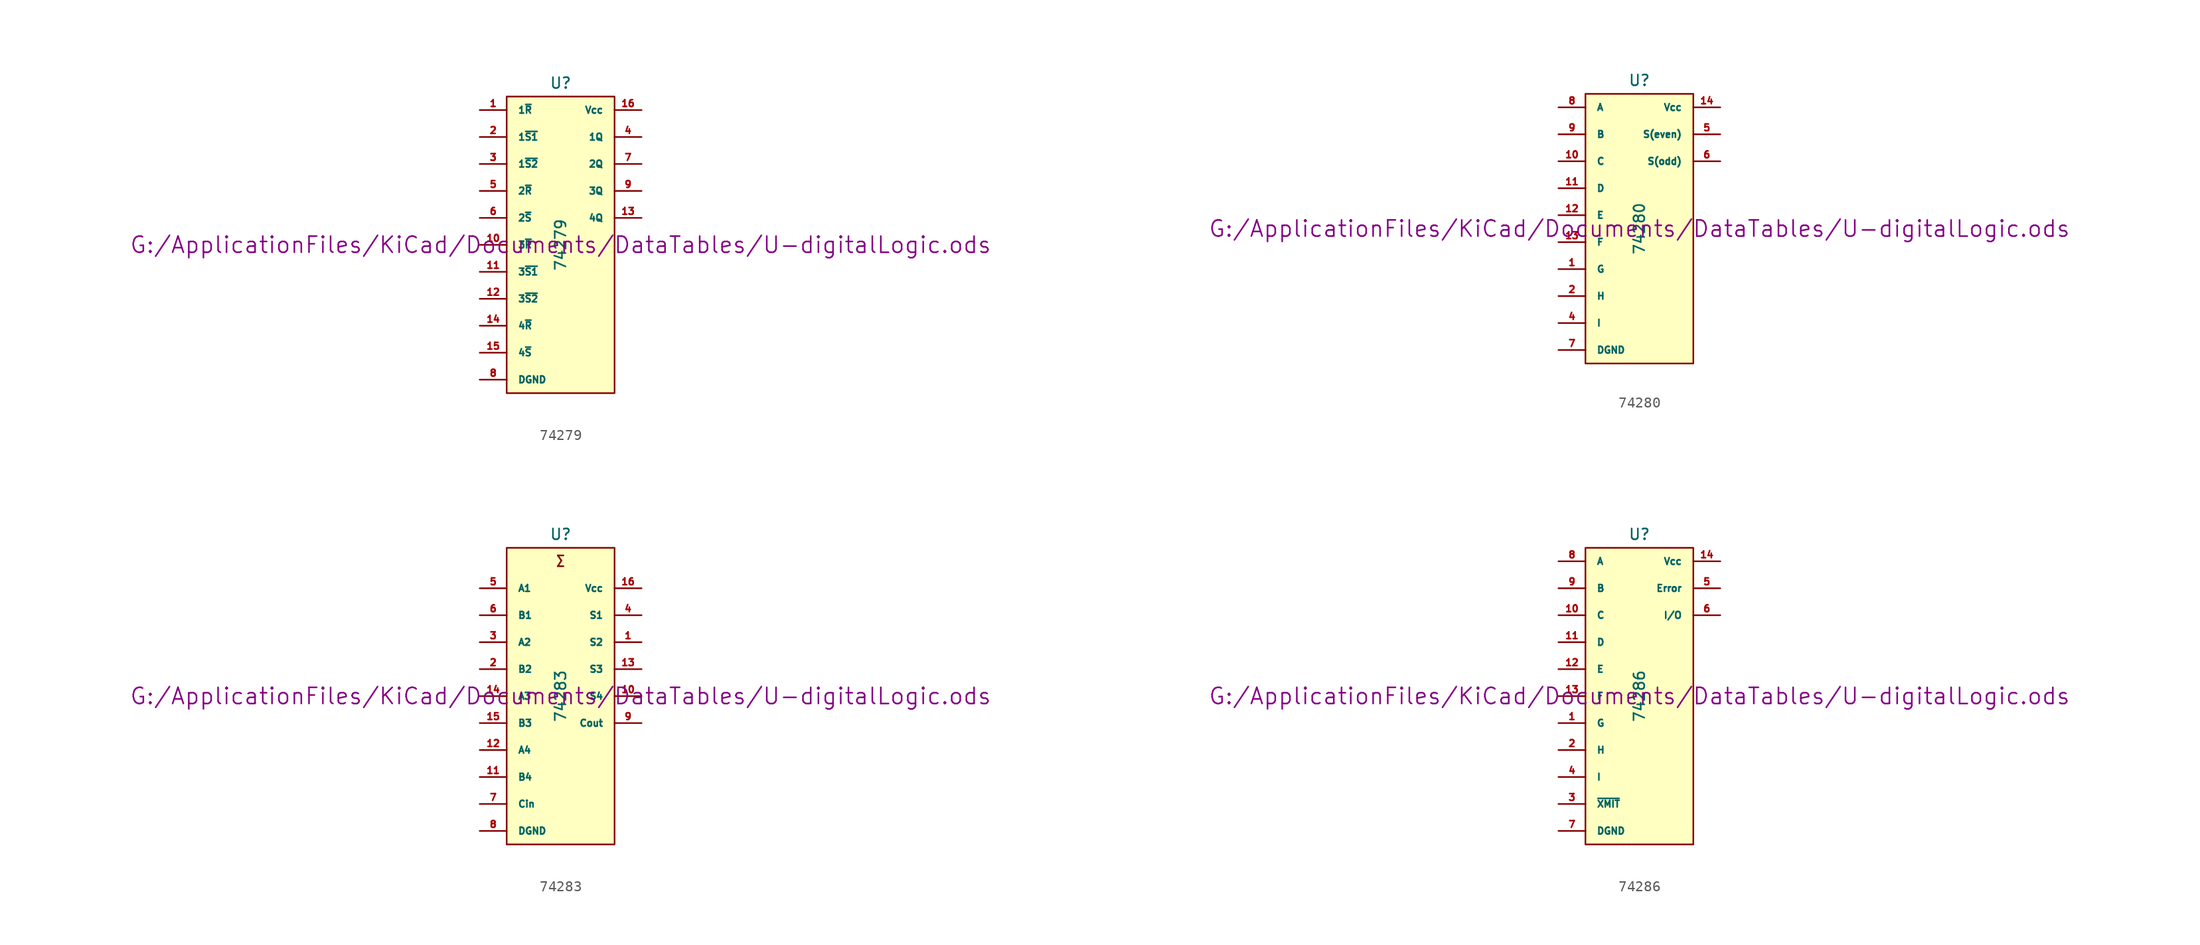
<source format=kicad_sym>
(kicad_symbol_lib
  (version 20211014)
  (generator kicad_symbol_editor)
  (symbol "74279"
    (pin_names
      (offset 1.016))
    (property "Reference" "U"
      (at 0 15.24 0)
      (effects (font (size 1.016 1.016))))
    (property "Value" "74279"
      (at 0 0 90)
      (effects (font (size 1.016 1.016))))
    (property "Footprint" ""
      (at 0 0 0)
      (effects (font (size 1.524 1.524))))
    (property "Datasheet" "G:/ApplicationFiles/KiCad/Documents/DataTables/U-digitalLogic.ods"
      (at 0 0 0)
      (effects (font (size 1.524 1.524))))
    (symbol "74279_0_1"
      (rectangle (start -5.08 13.97) (end 5.08 -13.97) (stroke (width 0) (type default) (color 0 0 0 0)) (fill (type background))))
    (symbol "74279_1_1"
      (pin input line (at -7.62 12.7 0) (length 2.54) (name "1~{R}" (effects (font (size 0.635 0.635)))) (number "1" (effects (font (size 0.635 0.635)))))
      (pin input line (at -7.62 0 0) (length 2.54) (name "3~{R}" (effects (font (size 0.635 0.635)))) (number "10" (effects (font (size 0.635 0.635)))))
      (pin input line (at -7.62 -2.54 0) (length 2.54) (name "3~{S1}" (effects (font (size 0.635 0.635)))) (number "11" (effects (font (size 0.635 0.635)))))
      (pin input line (at -7.62 -5.08 0) (length 2.54) (name "3~{S2}" (effects (font (size 0.635 0.635)))) (number "12" (effects (font (size 0.635 0.635)))))
      (pin output line (at 7.62 2.54 180) (length 2.54) (name "4Q" (effects (font (size 0.635 0.635)))) (number "13" (effects (font (size 0.635 0.635)))))
      (pin input line (at -7.62 -7.62 0) (length 2.54) (name "4~{R}" (effects (font (size 0.635 0.635)))) (number "14" (effects (font (size 0.635 0.635)))))
      (pin input line (at -7.62 -10.16 0) (length 2.54) (name "4~{S}" (effects (font (size 0.635 0.635)))) (number "15" (effects (font (size 0.635 0.635)))))
      (pin power_in line (at 7.62 12.7 180) (length 2.54) (name "Vcc" (effects (font (size 0.635 0.635)))) (number "16" (effects (font (size 0.635 0.635)))))
      (pin input line (at -7.62 10.16 0) (length 2.54) (name "1~{S1}" (effects (font (size 0.635 0.635)))) (number "2" (effects (font (size 0.635 0.635)))))
      (pin input line (at -7.62 7.62 0) (length 2.54) (name "1~{S2}" (effects (font (size 0.635 0.635)))) (number "3" (effects (font (size 0.635 0.635)))))
      (pin output line (at 7.62 10.16 180) (length 2.54) (name "1Q" (effects (font (size 0.635 0.635)))) (number "4" (effects (font (size 0.635 0.635)))))
      (pin input line (at -7.62 5.08 0) (length 2.54) (name "2~{R}" (effects (font (size 0.635 0.635)))) (number "5" (effects (font (size 0.635 0.635)))))
      (pin input line (at -7.62 2.54 0) (length 2.54) (name "2~{S}" (effects (font (size 0.635 0.635)))) (number "6" (effects (font (size 0.635 0.635)))))
      (pin output line (at 7.62 7.62 180) (length 2.54) (name "2Q" (effects (font (size 0.635 0.635)))) (number "7" (effects (font (size 0.635 0.635)))))
      (pin power_in line (at -7.62 -12.7 0) (length 2.54) (name "DGND" (effects (font (size 0.635 0.635)))) (number "8" (effects (font (size 0.635 0.635)))))
      (pin output line (at 7.62 5.08 180) (length 2.54) (name "3Q" (effects (font (size 0.635 0.635)))) (number "9" (effects (font (size 0.635 0.635)))))))
  (symbol "74280"
    (pin_names
      (offset 1.016))
    (property "Reference" "U"
      (at 0 13.97 0)
      (effects (font (size 1.016 1.016))))
    (property "Value" "74280"
      (at 0 0 90)
      (effects (font (size 1.016 1.016))))
    (property "Footprint" ""
      (at 0 0 0)
      (effects (font (size 1.524 1.524))))
    (property "Datasheet" "G:/ApplicationFiles/KiCad/Documents/DataTables/U-digitalLogic.ods"
      (at 0 0 0)
      (effects (font (size 1.524 1.524))))
    (symbol "74280_0_1"
      (rectangle (start -5.08 12.7) (end 5.08 -12.7) (stroke (width 0) (type default) (color 0 0 0 0)) (fill (type background))))
    (symbol "74280_1_1"
      (pin input line (at -7.62 -3.81 0) (length 2.54) (name "G" (effects (font (size 0.635 0.635)))) (number "1" (effects (font (size 0.635 0.635)))))
      (pin input line (at -7.62 6.35 0) (length 2.54) (name "C" (effects (font (size 0.635 0.635)))) (number "10" (effects (font (size 0.635 0.635)))))
      (pin input line (at -7.62 3.81 0) (length 2.54) (name "D" (effects (font (size 0.635 0.635)))) (number "11" (effects (font (size 0.635 0.635)))))
      (pin input line (at -7.62 1.27 0) (length 2.54) (name "E" (effects (font (size 0.635 0.635)))) (number "12" (effects (font (size 0.635 0.635)))))
      (pin input line (at -7.62 -1.27 0) (length 2.54) (name "F" (effects (font (size 0.635 0.635)))) (number "13" (effects (font (size 0.635 0.635)))))
      (pin power_in line (at 7.62 11.43 180) (length 2.54) (name "Vcc" (effects (font (size 0.635 0.635)))) (number "14" (effects (font (size 0.635 0.635)))))
      (pin input line (at -7.62 -6.35 0) (length 2.54) (name "H" (effects (font (size 0.635 0.635)))) (number "2" (effects (font (size 0.635 0.635)))))
      (pin input line (at -7.62 -8.89 0) (length 2.54) (name "I" (effects (font (size 0.635 0.635)))) (number "4" (effects (font (size 0.635 0.635)))))
      (pin output line (at 7.62 8.89 180) (length 2.54) (name "S(even)" (effects (font (size 0.635 0.635)))) (number "5" (effects (font (size 0.635 0.635)))))
      (pin output line (at 7.62 6.35 180) (length 2.54) (name "S(odd)" (effects (font (size 0.635 0.635)))) (number "6" (effects (font (size 0.635 0.635)))))
      (pin power_in line (at -7.62 -11.43 0) (length 2.54) (name "DGND" (effects (font (size 0.635 0.635)))) (number "7" (effects (font (size 0.635 0.635)))))
      (pin input line (at -7.62 11.43 0) (length 2.54) (name "A" (effects (font (size 0.635 0.635)))) (number "8" (effects (font (size 0.635 0.635)))))
      (pin input line (at -7.62 8.89 0) (length 2.54) (name "B" (effects (font (size 0.635 0.635)))) (number "9" (effects (font (size 0.635 0.635)))))))
  (symbol "74283"
    (pin_names
      (offset 1.016))
    (property "Reference" "U"
      (at 0 15.24 0)
      (effects (font (size 1.016 1.016))))
    (property "Value" "74283"
      (at 0 0 90)
      (effects (font (size 1.016 1.016))))
    (property "Footprint" ""
      (at 0 0 0)
      (effects (font (size 1.524 1.524))))
    (property "Datasheet" "G:/ApplicationFiles/KiCad/Documents/DataTables/U-digitalLogic.ods"
      (at 0 0 0)
      (effects (font (size 1.524 1.524))))
    (symbol "74283_0_0"
      (text "Σ" (at 0 12.7 0) (effects (font (size 1.016 1.016)))))
    (symbol "74283_0_1"
      (rectangle (start -5.08 13.97) (end 5.08 -13.97) (stroke (width 0) (type default) (color 0 0 0 0)) (fill (type background))))
    (symbol "74283_1_1"
      (pin output line (at 7.62 5.08 180) (length 2.54) (name "S2" (effects (font (size 0.635 0.635)))) (number "1" (effects (font (size 0.635 0.635)))))
      (pin output line (at 7.62 0 180) (length 2.54) (name "S4" (effects (font (size 0.635 0.635)))) (number "10" (effects (font (size 0.635 0.635)))))
      (pin input line (at -7.62 -7.62 0) (length 2.54) (name "B4" (effects (font (size 0.635 0.635)))) (number "11" (effects (font (size 0.635 0.635)))))
      (pin input line (at -7.62 -5.08 0) (length 2.54) (name "A4" (effects (font (size 0.635 0.635)))) (number "12" (effects (font (size 0.635 0.635)))))
      (pin output line (at 7.62 2.54 180) (length 2.54) (name "S3" (effects (font (size 0.635 0.635)))) (number "13" (effects (font (size 0.635 0.635)))))
      (pin input line (at -7.62 0 0) (length 2.54) (name "A3" (effects (font (size 0.635 0.635)))) (number "14" (effects (font (size 0.635 0.635)))))
      (pin input line (at -7.62 -2.54 0) (length 2.54) (name "B3" (effects (font (size 0.635 0.635)))) (number "15" (effects (font (size 0.635 0.635)))))
      (pin power_in line (at 7.62 10.16 180) (length 2.54) (name "Vcc" (effects (font (size 0.635 0.635)))) (number "16" (effects (font (size 0.635 0.635)))))
      (pin input line (at -7.62 2.54 0) (length 2.54) (name "B2" (effects (font (size 0.635 0.635)))) (number "2" (effects (font (size 0.635 0.635)))))
      (pin input line (at -7.62 5.08 0) (length 2.54) (name "A2" (effects (font (size 0.635 0.635)))) (number "3" (effects (font (size 0.635 0.635)))))
      (pin output line (at 7.62 7.62 180) (length 2.54) (name "S1" (effects (font (size 0.635 0.635)))) (number "4" (effects (font (size 0.635 0.635)))))
      (pin input line (at -7.62 10.16 0) (length 2.54) (name "A1" (effects (font (size 0.635 0.635)))) (number "5" (effects (font (size 0.635 0.635)))))
      (pin input line (at -7.62 7.62 0) (length 2.54) (name "B1" (effects (font (size 0.635 0.635)))) (number "6" (effects (font (size 0.635 0.635)))))
      (pin input line (at -7.62 -10.16 0) (length 2.54) (name "Cin" (effects (font (size 0.635 0.635)))) (number "7" (effects (font (size 0.635 0.635)))))
      (pin power_in line (at -7.62 -12.7 0) (length 2.54) (name "DGND" (effects (font (size 0.635 0.635)))) (number "8" (effects (font (size 0.635 0.635)))))
      (pin output line (at 7.62 -2.54 180) (length 2.54) (name "Cout" (effects (font (size 0.635 0.635)))) (number "9" (effects (font (size 0.635 0.635)))))))
  (symbol "74286"
    (pin_names
      (offset 1.016))
    (property "Reference" "U"
      (at 0 15.24 0)
      (effects (font (size 1.016 1.016))))
    (property "Value" "74286"
      (at 0 0 90)
      (effects (font (size 1.016 1.016))))
    (property "Footprint" ""
      (at 0 0 0)
      (effects (font (size 1.524 1.524))))
    (property "Datasheet" "G:/ApplicationFiles/KiCad/Documents/DataTables/U-digitalLogic.ods"
      (at 0 0 0)
      (effects (font (size 1.524 1.524))))
    (symbol "74286_0_1"
      (rectangle (start -5.08 13.97) (end 5.08 -13.97) (stroke (width 0) (type default) (color 0 0 0 0)) (fill (type background))))
    (symbol "74286_1_1"
      (pin input line (at -7.62 -2.54 0) (length 2.54) (name "G" (effects (font (size 0.635 0.635)))) (number "1" (effects (font (size 0.635 0.635)))))
      (pin input line (at -7.62 7.62 0) (length 2.54) (name "C" (effects (font (size 0.635 0.635)))) (number "10" (effects (font (size 0.635 0.635)))))
      (pin input line (at -7.62 5.08 0) (length 2.54) (name "D" (effects (font (size 0.635 0.635)))) (number "11" (effects (font (size 0.635 0.635)))))
      (pin input line (at -7.62 2.54 0) (length 2.54) (name "E" (effects (font (size 0.635 0.635)))) (number "12" (effects (font (size 0.635 0.635)))))
      (pin input line (at -7.62 0 0) (length 2.54) (name "F" (effects (font (size 0.635 0.635)))) (number "13" (effects (font (size 0.635 0.635)))))
      (pin power_in line (at 7.62 12.7 180) (length 2.54) (name "Vcc" (effects (font (size 0.635 0.635)))) (number "14" (effects (font (size 0.635 0.635)))))
      (pin input line (at -7.62 -5.08 0) (length 2.54) (name "H" (effects (font (size 0.635 0.635)))) (number "2" (effects (font (size 0.635 0.635)))))
      (pin input line (at -7.62 -10.16 0) (length 2.54) (name "~{XMIT}" (effects (font (size 0.635 0.635)))) (number "3" (effects (font (size 0.635 0.635)))))
      (pin input line (at -7.62 -7.62 0) (length 2.54) (name "I" (effects (font (size 0.635 0.635)))) (number "4" (effects (font (size 0.635 0.635)))))
      (pin output line (at 7.62 10.16 180) (length 2.54) (name "Error" (effects (font (size 0.635 0.635)))) (number "5" (effects (font (size 0.635 0.635)))))
      (pin output line (at 7.62 7.62 180) (length 2.54) (name "I/O" (effects (font (size 0.635 0.635)))) (number "6" (effects (font (size 0.635 0.635)))))
      (pin power_in line (at -7.62 -12.7 0) (length 2.54) (name "DGND" (effects (font (size 0.635 0.635)))) (number "7" (effects (font (size 0.635 0.635)))))
      (pin input line (at -7.62 12.7 0) (length 2.54) (name "A" (effects (font (size 0.635 0.635)))) (number "8" (effects (font (size 0.635 0.635)))))
      (pin input line (at -7.62 10.16 0) (length 2.54) (name "B" (effects (font (size 0.635 0.635)))) (number "9" (effects (font (size 0.635 0.635))))))))
</source>
